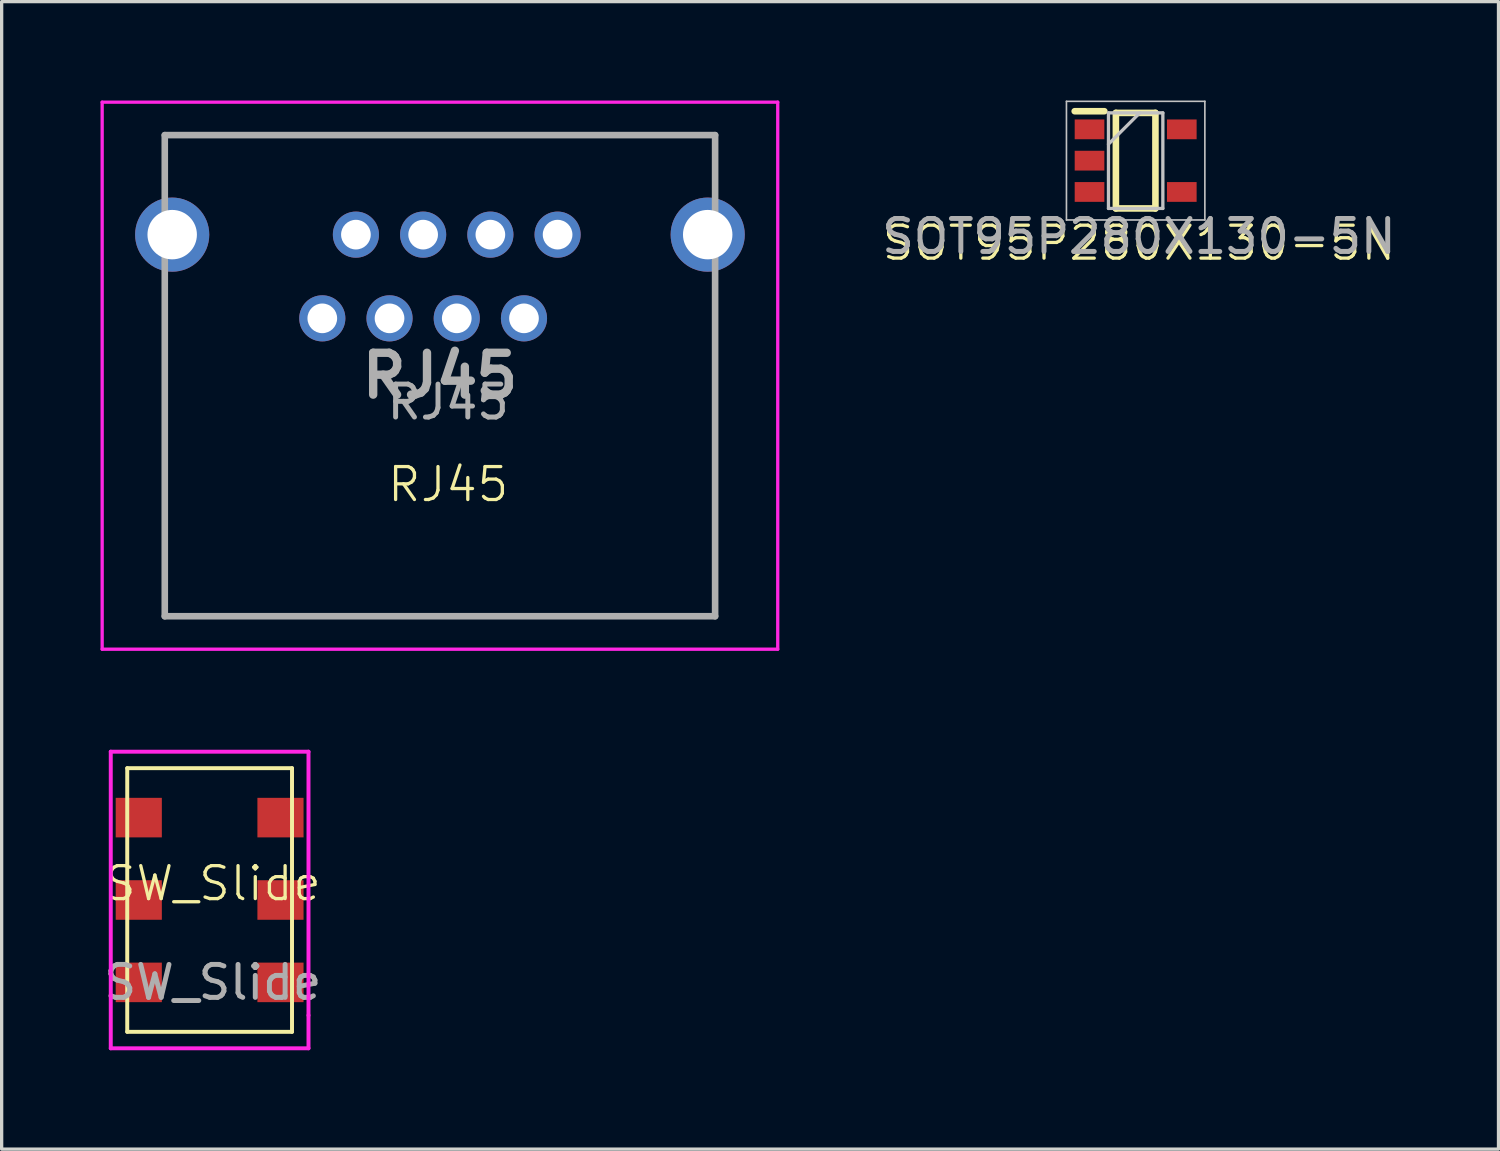
<source format=kicad_pcb>
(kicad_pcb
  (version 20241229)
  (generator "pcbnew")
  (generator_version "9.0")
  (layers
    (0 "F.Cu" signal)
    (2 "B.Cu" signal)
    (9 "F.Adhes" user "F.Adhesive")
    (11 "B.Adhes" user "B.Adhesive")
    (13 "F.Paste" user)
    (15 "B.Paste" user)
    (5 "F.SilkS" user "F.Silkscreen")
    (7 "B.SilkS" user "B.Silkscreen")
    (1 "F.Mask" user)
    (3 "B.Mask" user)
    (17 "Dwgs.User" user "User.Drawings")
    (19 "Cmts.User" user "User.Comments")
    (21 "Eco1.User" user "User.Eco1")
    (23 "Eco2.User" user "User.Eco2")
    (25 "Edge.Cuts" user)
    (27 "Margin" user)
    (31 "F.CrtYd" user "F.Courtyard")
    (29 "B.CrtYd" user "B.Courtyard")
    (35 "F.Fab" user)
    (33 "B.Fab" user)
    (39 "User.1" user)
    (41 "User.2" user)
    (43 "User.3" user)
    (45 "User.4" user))
  (footprint "RJ45"
    (layer "F.Cu")
    (at 10.55 6.65)
    (property "Reference" "RJ45" (at 0 5 0) (unlocked yes) (layer "F.SilkS") (effects (font (size 1 1) (thickness 0.1))))
    (attr through_hole)
    (fp_line (start -8.6 -5.6) (end 8.1 -5.6) (stroke (width 0.1) (type solid)) (layer "F.SilkS"))
    (fp_line (start -8.6 -4) (end -8.6 -5.6) (stroke (width 0.1) (type solid)) (layer "F.SilkS"))
    (fp_line (start -8.6 -1) (end -8.6 1.5) (stroke (width 0.1) (type solid)) (layer "F.SilkS"))
    (fp_line (start -8.6 4) (end -8.6 9) (stroke (width 0.1) (type solid)) (layer "F.SilkS"))
    (fp_line (start -8.6 9) (end 8.1 9) (stroke (width 0.1) (type solid)) (layer "F.SilkS"))
    (fp_line (start 8.1 -5.6) (end 8.1 -4) (stroke (width 0.1) (type solid)) (layer "F.SilkS"))
    (fp_line (start 8.1 -1) (end 8.1 1.5) (stroke (width 0.1) (type solid)) (layer "F.SilkS"))
    (fp_line (start 8.1 9) (end 8.1 4) (stroke (width 0.1) (type solid)) (layer "F.SilkS"))
    (fp_line (start -10.5 -6.6) (end 10 -6.6) (stroke (width 0.1) (type solid)) (layer "F.CrtYd"))
    (fp_line (start -10.5 10) (end -10.5 -6.6) (stroke (width 0.1) (type solid)) (layer "F.CrtYd"))
    (fp_line (start 10 -6.6) (end 10 10) (stroke (width 0.1) (type solid)) (layer "F.CrtYd"))
    (fp_line (start 10 10) (end -10.5 10) (stroke (width 0.1) (type solid)) (layer "F.CrtYd"))
    (fp_line (start -8.6 -5.6) (end 8.1 -5.6) (stroke (width 0.2) (type solid)) (layer "F.Fab"))
    (fp_line (start -8.6 9) (end -8.6 -5.6) (stroke (width 0.2) (type solid)) (layer "F.Fab"))
    (fp_line (start 8.1 -5.6) (end 8.1 9) (stroke (width 0.2) (type solid)) (layer "F.Fab"))
    (fp_line (start 8.1 9) (end -8.6 9) (stroke (width 0.2) (type solid)) (layer "F.Fab"))
    (fp_text user "${REFERENCE}" (at -0.25 1.7 0) (layer "F.Fab") (effects (font (size 1.27 1.27) (thickness 0.254))))
    (fp_text user "${REFERENCE}" (at 0 2.5 0) (unlocked yes) (layer "F.Fab") (effects (font (size 1 1) (thickness 0.15))))
    (pad "" np_thru_hole circle (at -7.65 2.5) (size 0.001 0.001) (drill 2.4) (layers "*.Cu" "*.Mask"))
    (pad "" np_thru_hole circle (at 7.15 2.5) (size 0.001 0.001) (drill 2.4) (layers "*.Cu" "*.Mask"))
    (pad "1" thru_hole circle (at 3.32 -2.58) (size 1.4 1.4) (drill 0.9) (layers "*.Cu" "*.Mask"))
    (pad "2" thru_hole circle (at 2.3 -0.04) (size 1.4 1.4) (drill 0.9) (layers "*.Cu" "*.Mask"))
    (pad "3" thru_hole circle (at 1.28 -2.58) (size 1.4 1.4) (drill 0.9) (layers "*.Cu" "*.Mask"))
    (pad "4" thru_hole circle (at 0.26 -0.04) (size 1.4 1.4) (drill 0.9) (layers "*.Cu" "*.Mask"))
    (pad "5" thru_hole circle (at -0.76 -2.58) (size 1.4 1.4) (drill 0.9) (layers "*.Cu" "*.Mask"))
    (pad "6" thru_hole circle (at -1.78 -0.04) (size 1.4 1.4) (drill 0.9) (layers "*.Cu" "*.Mask"))
    (pad "7" thru_hole circle (at -2.8 -2.58) (size 1.4 1.4) (drill 0.9) (layers "*.Cu" "*.Mask"))
    (pad "8" thru_hole circle (at -3.82 -0.04) (size 1.4 1.4) (drill 0.9) (layers "*.Cu" "*.Mask"))
    (pad "SH" thru_hole circle (at -8.375 -2.58) (size 2.25 2.25) (drill 1.5) (layers "*.Cu" "*.Mask"))
    (pad "SH" thru_hole circle (at 7.875 -2.58) (size 2.25 2.25) (drill 1.5) (layers "*.Cu" "*.Mask")))
  (footprint "SW_Slide"
    (layer "F.Cu")
    (at 3.411 24.26)
    (property "Reference" "SW_Slide" (at 0 -0.5 0) (unlocked yes) (layer "F.SilkS") (effects (font (size 1 1) (thickness 0.1))))
    (attr smd)
    (fp_line (start -2.6 -4) (end 2.4 -4) (stroke (width 0.12) (type solid)) (layer "F.SilkS"))
    (fp_line (start -2.6 4) (end -2.6 -4) (stroke (width 0.12) (type solid)) (layer "F.SilkS"))
    (fp_line (start 2.4 -4) (end 2.4 4) (stroke (width 0.12) (type solid)) (layer "F.SilkS"))
    (fp_line (start 2.4 4) (end -2.6 4) (stroke (width 0.12) (type solid)) (layer "F.SilkS"))
    (fp_line (start -3.1 -4.5) (end 2.9 -4.5) (stroke (width 0.12) (type solid)) (layer "F.CrtYd"))
    (fp_line (start -3.1 4.5) (end -3.1 -4.5) (stroke (width 0.12) (type solid)) (layer "F.CrtYd"))
    (fp_line (start 2.9 -4.5) (end 2.9 3.5) (stroke (width 0.12) (type solid)) (layer "F.CrtYd"))
    (fp_line (start 2.9 3.5) (end 2.9 4.5) (stroke (width 0.12) (type solid)) (layer "F.CrtYd"))
    (fp_line (start 2.9 4.5) (end -3.1 4.5) (stroke (width 0.12) (type solid)) (layer "F.CrtYd"))
    (fp_text user "${REFERENCE}" (at 0 2.5 0) (unlocked yes) (layer "F.Fab") (effects (font (size 1 1) (thickness 0.15))))
    (pad "1" smd rect (at -2.25 -2.5 270) (size 1.2 1.4) (layers "F.Cu" "F.Mask" "F.Paste"))
    (pad "2" smd rect (at -2.25 0 270) (size 1.2 1.4) (layers "F.Cu" "F.Mask" "F.Paste"))
    (pad "3" smd rect (at -2.25 2.5 270) (size 1.2 1.4) (layers "F.Cu" "F.Mask" "F.Paste"))
    (pad "4" smd rect (at 2.05 2.5 270) (size 1.2 1.4) (layers "F.Cu" "F.Mask" "F.Paste"))
    (pad "5" smd rect (at 2.05 0 270) (size 1.2 1.4) (layers "F.Cu" "F.Mask" "F.Paste"))
    (pad "6" smd rect (at 2.05 -2.5 270) (size 1.2 1.4) (layers "F.Cu" "F.Mask" "F.Paste")))
  (footprint "SOT95P280X130-5N"
    (layer "F.Cu")
    (at 31.511 1.625)
    (property "Reference" "SOT95P280X130-5N" (at 0 2.7 0) (unlocked yes) (layer "F.SilkS") (effects (font (size 1 1) (thickness 0.1))))
    (attr smd)
    (fp_line (start -1.95 -1.3) (end -1.05 -1.3) (stroke (width 0.2) (type solid)) (layer "F.SilkS"))
    (fp_line (start -0.7 -1.25) (end 0.5 -1.25) (stroke (width 0.2) (type solid)) (layer "F.SilkS"))
    (fp_line (start -0.7 1.65) (end -0.7 -1.25) (stroke (width 0.2) (type solid)) (layer "F.SilkS"))
    (fp_line (start 0.5 -1.25) (end 0.5 1.65) (stroke (width 0.2) (type solid)) (layer "F.SilkS"))
    (fp_line (start 0.5 1.65) (end -0.7 1.65) (stroke (width 0.2) (type solid)) (layer "F.SilkS"))
    (fp_line (start -2.2 -1.6) (end 2 -1.6) (stroke (width 0.05) (type solid)) (layer "Dwgs.User"))
    (fp_line (start -2.2 2) (end -2.2 -1.6) (stroke (width 0.05) (type solid)) (layer "Dwgs.User"))
    (fp_line (start -0.925 -1.25) (end 0.725 -1.25) (stroke (width 0.1) (type solid)) (layer "Dwgs.User"))
    (fp_line (start -0.925 -0.3) (end 0.025 -1.25) (stroke (width 0.1) (type solid)) (layer "Dwgs.User"))
    (fp_line (start -0.925 1.65) (end -0.925 -1.25) (stroke (width 0.1) (type solid)) (layer "Dwgs.User"))
    (fp_line (start 0.725 -1.25) (end 0.725 1.65) (stroke (width 0.1) (type solid)) (layer "Dwgs.User"))
    (fp_line (start 0.725 1.65) (end -0.925 1.65) (stroke (width 0.1) (type solid)) (layer "Dwgs.User"))
    (fp_line (start 2 -1.6) (end 2 2) (stroke (width 0.05) (type solid)) (layer "Dwgs.User"))
    (fp_line (start 2 2) (end -2.2 2) (stroke (width 0.05) (type solid)) (layer "Dwgs.User"))
    (fp_text user "${REFERENCE}" (at 0 2.5 0) (unlocked yes) (layer "F.Fab") (effects (font (size 1 1) (thickness 0.15))))
    (pad "1" smd rect (at -1.5 -0.75 90) (size 0.6 0.9) (layers "F.Cu" "F.Mask" "F.Paste"))
    (pad "2" smd rect (at -1.5 0.2 90) (size 0.6 0.9) (layers "F.Cu" "F.Mask" "F.Paste"))
    (pad "3" smd rect (at -1.5 1.15 90) (size 0.6 0.9) (layers "F.Cu" "F.Mask" "F.Paste"))
    (pad "4" smd rect (at 1.3 1.15 90) (size 0.6 0.9) (layers "F.Cu" "F.Mask" "F.Paste"))
    (pad "5" smd rect (at 1.3 -0.75 90) (size 0.6 0.9) (layers "F.Cu" "F.Mask" "F.Paste")))
  (gr_rect
    (start -3 -3)
    (end 42.421 31.82)
    (stroke (width 0.1) (type default))
    (fill no)
    (layer "Edge.Cuts")))
</source>
